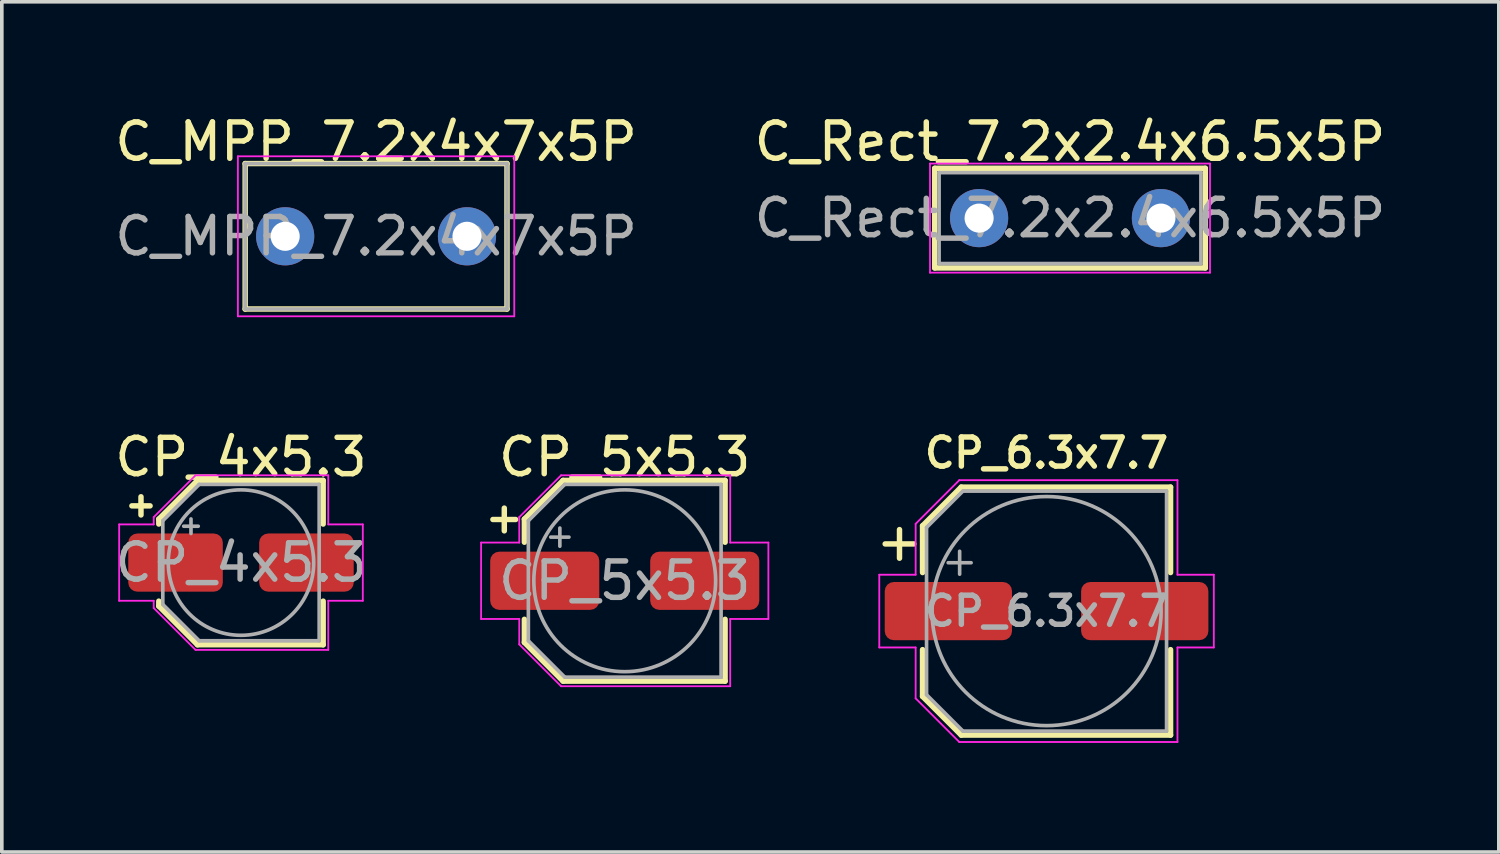
<source format=kicad_pcb>
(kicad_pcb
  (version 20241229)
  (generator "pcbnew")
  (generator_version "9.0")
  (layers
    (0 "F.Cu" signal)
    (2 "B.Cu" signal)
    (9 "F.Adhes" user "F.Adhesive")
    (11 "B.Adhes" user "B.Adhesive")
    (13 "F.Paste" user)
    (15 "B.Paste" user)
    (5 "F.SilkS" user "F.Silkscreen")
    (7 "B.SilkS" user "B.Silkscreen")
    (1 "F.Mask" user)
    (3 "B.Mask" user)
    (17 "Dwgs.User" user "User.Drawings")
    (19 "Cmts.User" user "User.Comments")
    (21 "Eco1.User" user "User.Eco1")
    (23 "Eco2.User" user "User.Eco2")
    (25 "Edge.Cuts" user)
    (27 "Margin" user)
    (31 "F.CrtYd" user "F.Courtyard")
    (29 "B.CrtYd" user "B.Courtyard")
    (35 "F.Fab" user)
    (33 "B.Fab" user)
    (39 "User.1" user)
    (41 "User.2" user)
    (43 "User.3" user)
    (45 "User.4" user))
  (footprint "CP_5x5.3"
    (layer "F.Cu")
    (at 14.13 12.921)
    (property "Reference" "CP_5x5.3" (at 0 -3.4 0) (layer "F.SilkS") (effects (font (size 1 1) (thickness 0.15))))
    (attr smd)
    (fp_line (start -3.625 -1.685) (end -3 -1.685) (stroke (width 0.15) (type solid)) (layer "F.SilkS"))
    (fp_line (start -3.312 -1.998) (end -3.312 -1.373) (stroke (width 0.15) (type solid)) (layer "F.SilkS"))
    (fp_line (start -2.76 -1.696) (end -2.76 -1.06) (stroke (width 0.15) (type solid)) (layer "F.SilkS"))
    (fp_line (start -2.76 -1.696) (end -1.696 -2.76) (stroke (width 0.15) (type solid)) (layer "F.SilkS"))
    (fp_line (start -2.76 1.696) (end -2.76 1.06) (stroke (width 0.15) (type solid)) (layer "F.SilkS"))
    (fp_line (start -2.76 1.696) (end -1.696 2.76) (stroke (width 0.15) (type solid)) (layer "F.SilkS"))
    (fp_line (start -1.696 -2.76) (end 2.76 -2.76) (stroke (width 0.15) (type solid)) (layer "F.SilkS"))
    (fp_line (start -1.696 2.76) (end 2.76 2.76) (stroke (width 0.15) (type solid)) (layer "F.SilkS"))
    (fp_line (start 2.76 -2.76) (end 2.76 -1.06) (stroke (width 0.15) (type solid)) (layer "F.SilkS"))
    (fp_line (start 2.76 2.76) (end 2.76 1.06) (stroke (width 0.15) (type solid)) (layer "F.SilkS"))
    (fp_line (start -3.95 -1.05) (end -3.95 1.05) (stroke (width 0.05) (type solid)) (layer "F.CrtYd"))
    (fp_line (start -3.95 1.05) (end -2.9 1.05) (stroke (width 0.05) (type solid)) (layer "F.CrtYd"))
    (fp_line (start -2.9 -1.75) (end -2.9 -1.05) (stroke (width 0.05) (type solid)) (layer "F.CrtYd"))
    (fp_line (start -2.9 -1.75) (end -1.75 -2.9) (stroke (width 0.05) (type solid)) (layer "F.CrtYd"))
    (fp_line (start -2.9 -1.05) (end -3.95 -1.05) (stroke (width 0.05) (type solid)) (layer "F.CrtYd"))
    (fp_line (start -2.9 1.05) (end -2.9 1.75) (stroke (width 0.05) (type solid)) (layer "F.CrtYd"))
    (fp_line (start -2.9 1.75) (end -1.75 2.9) (stroke (width 0.05) (type solid)) (layer "F.CrtYd"))
    (fp_line (start -1.75 -2.9) (end 2.9 -2.9) (stroke (width 0.05) (type solid)) (layer "F.CrtYd"))
    (fp_line (start -1.75 2.9) (end 2.9 2.9) (stroke (width 0.05) (type solid)) (layer "F.CrtYd"))
    (fp_line (start 2.9 -2.9) (end 2.9 -1.05) (stroke (width 0.05) (type solid)) (layer "F.CrtYd"))
    (fp_line (start 2.9 -1.05) (end 3.95 -1.05) (stroke (width 0.05) (type solid)) (layer "F.CrtYd"))
    (fp_line (start 2.9 1.05) (end 2.9 2.9) (stroke (width 0.05) (type solid)) (layer "F.CrtYd"))
    (fp_line (start 3.95 -1.05) (end 3.95 1.05) (stroke (width 0.05) (type solid)) (layer "F.CrtYd"))
    (fp_line (start 3.95 1.05) (end 2.9 1.05) (stroke (width 0.05) (type solid)) (layer "F.CrtYd"))
    (fp_line (start -2.65 -1.65) (end -2.65 1.65) (stroke (width 0.1) (type solid)) (layer "F.Fab"))
    (fp_line (start -2.65 -1.65) (end -1.65 -2.65) (stroke (width 0.1) (type solid)) (layer "F.Fab"))
    (fp_line (start -2.65 1.65) (end -1.65 2.65) (stroke (width 0.1) (type solid)) (layer "F.Fab"))
    (fp_line (start -2.034 -1.2) (end -1.534 -1.2) (stroke (width 0.1) (type solid)) (layer "F.Fab"))
    (fp_line (start -1.784 -1.45) (end -1.784 -0.95) (stroke (width 0.1) (type solid)) (layer "F.Fab"))
    (fp_line (start -1.65 -2.65) (end 2.65 -2.65) (stroke (width 0.1) (type solid)) (layer "F.Fab"))
    (fp_line (start -1.65 2.65) (end 2.65 2.65) (stroke (width 0.1) (type solid)) (layer "F.Fab"))
    (fp_line (start 2.65 -2.65) (end 2.65 2.65) (stroke (width 0.1) (type solid)) (layer "F.Fab"))
    (fp_circle (center 0 0) (end 2.5 0) (stroke (width 0.1) (type solid)) (fill no) (layer "F.Fab"))
    (fp_text user "${REFERENCE}" (at 0 0 0) (layer "F.Fab") (effects (font (size 1 1) (thickness 0.15))))
    (pad "1" smd roundrect (at -2.2 0) (size 3 1.6) (layers "F.Cu" "F.Mask" "F.Paste") (roundrect_rratio 0.156))
    (pad "2" smd roundrect (at 2.2 0) (size 3 1.6) (layers "F.Cu" "F.Mask" "F.Paste") (roundrect_rratio 0.156)))
  (footprint "CP_6.3x7.7"
    (layer "F.Cu")
    (at 25.73 13.755)
    (property "Reference" "CP_6.3x7.7" (at 0 -4.35 0) (layer "F.SilkS") (effects (font (size 0.8 0.8) (thickness 0.15))))
    (attr smd)
    (fp_line (start -4.438 -1.847) (end -3.65 -1.847) (stroke (width 0.15) (type solid)) (layer "F.SilkS"))
    (fp_line (start -4.044 -2.241) (end -4.044 -1.454) (stroke (width 0.15) (type solid)) (layer "F.SilkS"))
    (fp_line (start -3.41 -2.346) (end -3.41 -1.06) (stroke (width 0.15) (type solid)) (layer "F.SilkS"))
    (fp_line (start -3.41 -2.346) (end -2.346 -3.41) (stroke (width 0.15) (type solid)) (layer "F.SilkS"))
    (fp_line (start -3.41 2.346) (end -3.41 1.06) (stroke (width 0.15) (type solid)) (layer "F.SilkS"))
    (fp_line (start -3.41 2.346) (end -2.346 3.41) (stroke (width 0.15) (type solid)) (layer "F.SilkS"))
    (fp_line (start -2.346 -3.41) (end 3.41 -3.41) (stroke (width 0.15) (type solid)) (layer "F.SilkS"))
    (fp_line (start -2.346 3.41) (end 3.41 3.41) (stroke (width 0.15) (type solid)) (layer "F.SilkS"))
    (fp_line (start 3.41 -3.41) (end 3.41 -1.06) (stroke (width 0.15) (type solid)) (layer "F.SilkS"))
    (fp_line (start 3.41 3.41) (end 3.41 1.06) (stroke (width 0.15) (type solid)) (layer "F.SilkS"))
    (fp_line (start -4.6 1) (end -4.6 -1) (stroke (width 0.05) (type solid)) (layer "F.CrtYd"))
    (fp_line (start -4.6 1) (end -3.6 1) (stroke (width 0.05) (type solid)) (layer "F.CrtYd"))
    (fp_line (start -3.6 -2.4) (end -3.6 -1) (stroke (width 0.05) (type solid)) (layer "F.CrtYd"))
    (fp_line (start -3.6 -1) (end -4.6 -1) (stroke (width 0.05) (type solid)) (layer "F.CrtYd"))
    (fp_line (start -3.6 1) (end -3.6 2.4) (stroke (width 0.05) (type solid)) (layer "F.CrtYd"))
    (fp_line (start -3.6 2.4) (end -2.4 3.6) (stroke (width 0.05) (type solid)) (layer "F.CrtYd"))
    (fp_line (start -2.4 -3.6) (end -3.6 -2.4) (stroke (width 0.05) (type solid)) (layer "F.CrtYd"))
    (fp_line (start -2.4 3.6) (end 3.6 3.6) (stroke (width 0.05) (type solid)) (layer "F.CrtYd"))
    (fp_line (start 3.6 -3.6) (end -2.4 -3.6) (stroke (width 0.05) (type solid)) (layer "F.CrtYd"))
    (fp_line (start 3.6 -1) (end 3.6 -3.6) (stroke (width 0.05) (type solid)) (layer "F.CrtYd"))
    (fp_line (start 3.6 1) (end 4.6 1) (stroke (width 0.05) (type solid)) (layer "F.CrtYd"))
    (fp_line (start 3.6 3.6) (end 3.6 1) (stroke (width 0.05) (type solid)) (layer "F.CrtYd"))
    (fp_line (start 4.6 -1) (end 3.6 -1) (stroke (width 0.05) (type solid)) (layer "F.CrtYd"))
    (fp_line (start 4.6 1) (end 4.6 -1) (stroke (width 0.05) (type solid)) (layer "F.CrtYd"))
    (fp_line (start -3.3 -2.3) (end -3.3 2.3) (stroke (width 0.1) (type solid)) (layer "F.Fab"))
    (fp_line (start -3.3 -2.3) (end -2.3 -3.3) (stroke (width 0.1) (type solid)) (layer "F.Fab"))
    (fp_line (start -3.3 2.3) (end -2.3 3.3) (stroke (width 0.1) (type solid)) (layer "F.Fab"))
    (fp_line (start -2.705 -1.33) (end -2.075 -1.33) (stroke (width 0.1) (type solid)) (layer "F.Fab"))
    (fp_line (start -2.39 -1.645) (end -2.39 -1.015) (stroke (width 0.1) (type solid)) (layer "F.Fab"))
    (fp_line (start -2.3 -3.3) (end 3.3 -3.3) (stroke (width 0.1) (type solid)) (layer "F.Fab"))
    (fp_line (start -2.3 3.3) (end 3.3 3.3) (stroke (width 0.1) (type solid)) (layer "F.Fab"))
    (fp_line (start 3.3 -3.3) (end 3.3 3.3) (stroke (width 0.1) (type solid)) (layer "F.Fab"))
    (fp_circle (center 0 0) (end 3.15 0) (stroke (width 0.1) (type solid)) (fill no) (layer "F.Fab"))
    (fp_text user "${REFERENCE}" (at 0 0 0) (layer "F.Fab") (effects (font (size 0.8 0.8) (thickness 0.15))))
    (pad "1" smd roundrect (at -2.7 0) (size 3.5 1.6) (layers "F.Cu" "F.Mask" "F.Paste") (roundrect_rratio 0.156))
    (pad "2" smd roundrect (at 2.7 0) (size 3.5 1.6) (layers "F.Cu" "F.Mask" "F.Paste") (roundrect_rratio 0.156)))
  (footprint "C_MPP_7.2x4x7x5P"
    (layer "F.Cu")
    (at 4.792 3.448)
    (property "Reference" "C_MPP_7.2x4x7x5P" (at 2.5 -2.6 0) (layer "F.SilkS") (effects (font (size 1 1) (thickness 0.15))))
    (attr through_hole)
    (fp_line (start -1.1 -2) (end -1.1 2) (stroke (width 0.15) (type solid)) (layer "F.SilkS"))
    (fp_line (start -1.1 -2) (end 6.1 -2) (stroke (width 0.15) (type solid)) (layer "F.SilkS"))
    (fp_line (start 6.1 -2) (end 6.1 2) (stroke (width 0.15) (type solid)) (layer "F.SilkS"))
    (fp_line (start 6.1 2) (end -1.1 2) (stroke (width 0.15) (type solid)) (layer "F.SilkS"))
    (fp_line (start -1.3 -2.2) (end 6.3 -2.2) (stroke (width 0.05) (type solid)) (layer "F.CrtYd"))
    (fp_line (start -1.3 2.2) (end -1.3 -2.2) (stroke (width 0.05) (type solid)) (layer "F.CrtYd"))
    (fp_line (start 6.3 -2.2) (end 6.3 2.2) (stroke (width 0.05) (type solid)) (layer "F.CrtYd"))
    (fp_line (start 6.3 2.2) (end -1.3 2.2) (stroke (width 0.05) (type solid)) (layer "F.CrtYd"))
    (fp_line (start -1.1 -2) (end -1.1 2) (stroke (width 0.1) (type solid)) (layer "F.Fab"))
    (fp_line (start -1.1 2) (end 6.1 2) (stroke (width 0.1) (type solid)) (layer "F.Fab"))
    (fp_line (start 6.1 -2) (end -1.1 -2) (stroke (width 0.1) (type solid)) (layer "F.Fab"))
    (fp_line (start 6.1 2) (end 6.1 -2) (stroke (width 0.1) (type solid)) (layer "F.Fab"))
    (fp_text user "${REFERENCE}" (at 2.5 0 0) (layer "F.Fab") (effects (font (size 1 1) (thickness 0.15))))
    (pad "1" thru_hole circle (at 0 0) (size 1.6 1.6) (drill 0.8) (layers "*.Cu" "*.Mask"))
    (pad "2" thru_hole circle (at 5 0) (size 1.6 1.6) (drill 0.8) (layers "*.Cu" "*.Mask")))
  (footprint "C_Rect_7.2x2.4x6.5x5P"
    (layer "F.Cu")
    (at 23.875 2.948)
    (property "Reference" "C_Rect_7.2x2.4x6.5x5P" (at 2.5 -2.1 0) (layer "F.SilkS") (effects (font (size 1 1) (thickness 0.15))))
    (attr through_hole)
    (fp_line (start -1.22 -1.37) (end -1.22 1.37) (stroke (width 0.15) (type solid)) (layer "F.SilkS"))
    (fp_line (start -1.22 -1.37) (end 6.22 -1.37) (stroke (width 0.15) (type solid)) (layer "F.SilkS"))
    (fp_line (start -1.22 1.37) (end 6.22 1.37) (stroke (width 0.15) (type solid)) (layer "F.SilkS"))
    (fp_line (start 6.22 -1.37) (end 6.22 1.37) (stroke (width 0.15) (type solid)) (layer "F.SilkS"))
    (fp_line (start -1.35 -1.5) (end -1.35 1.5) (stroke (width 0.05) (type solid)) (layer "F.CrtYd"))
    (fp_line (start -1.35 1.5) (end 6.35 1.5) (stroke (width 0.05) (type solid)) (layer "F.CrtYd"))
    (fp_line (start 6.35 -1.5) (end -1.35 -1.5) (stroke (width 0.05) (type solid)) (layer "F.CrtYd"))
    (fp_line (start 6.35 1.5) (end 6.35 -1.5) (stroke (width 0.05) (type solid)) (layer "F.CrtYd"))
    (fp_line (start -1.1 -1.25) (end -1.1 1.25) (stroke (width 0.1) (type solid)) (layer "F.Fab"))
    (fp_line (start -1.1 1.25) (end 6.1 1.25) (stroke (width 0.1) (type solid)) (layer "F.Fab"))
    (fp_line (start 6.1 -1.25) (end -1.1 -1.25) (stroke (width 0.1) (type solid)) (layer "F.Fab"))
    (fp_line (start 6.1 1.25) (end 6.1 -1.25) (stroke (width 0.1) (type solid)) (layer "F.Fab"))
    (fp_text user "${REFERENCE}" (at 2.5 0 0) (layer "F.Fab") (effects (font (size 1 1) (thickness 0.15))))
    (pad "1" thru_hole circle (at 0 0) (size 1.6 1.6) (drill 0.8) (layers "*.Cu" "*.Mask"))
    (pad "2" thru_hole circle (at 5 0) (size 1.6 1.6) (drill 0.8) (layers "*.Cu" "*.Mask")))
  (footprint "CP_4x5.3"
    (layer "F.Cu")
    (at 3.577 12.421)
    (property "Reference" "CP_4x5.3" (at 0 -2.9 0) (layer "F.SilkS") (effects (font (size 1 1) (thickness 0.15))))
    (attr smd)
    (fp_line (start -3 -1.56) (end -2.5 -1.56) (stroke (width 0.15) (type solid)) (layer "F.SilkS"))
    (fp_line (start -2.75 -1.81) (end -2.75 -1.31) (stroke (width 0.15) (type solid)) (layer "F.SilkS"))
    (fp_line (start -2.26 -1.196) (end -2.26 -1.06) (stroke (width 0.15) (type solid)) (layer "F.SilkS"))
    (fp_line (start -2.26 -1.196) (end -1.196 -2.26) (stroke (width 0.15) (type solid)) (layer "F.SilkS"))
    (fp_line (start -2.26 1.196) (end -2.26 1.06) (stroke (width 0.15) (type solid)) (layer "F.SilkS"))
    (fp_line (start -2.26 1.196) (end -1.196 2.26) (stroke (width 0.15) (type solid)) (layer "F.SilkS"))
    (fp_line (start -1.196 -2.26) (end 2.26 -2.26) (stroke (width 0.15) (type solid)) (layer "F.SilkS"))
    (fp_line (start -1.196 2.26) (end 2.26 2.26) (stroke (width 0.15) (type solid)) (layer "F.SilkS"))
    (fp_line (start 2.26 -2.26) (end 2.26 -1.06) (stroke (width 0.15) (type solid)) (layer "F.SilkS"))
    (fp_line (start 2.26 2.26) (end 2.26 1.06) (stroke (width 0.15) (type solid)) (layer "F.SilkS"))
    (fp_line (start -3.35 -1.05) (end -3.35 1.05) (stroke (width 0.05) (type solid)) (layer "F.CrtYd"))
    (fp_line (start -3.35 1.05) (end -2.4 1.05) (stroke (width 0.05) (type solid)) (layer "F.CrtYd"))
    (fp_line (start -2.4 -1.25) (end -2.4 -1.05) (stroke (width 0.05) (type solid)) (layer "F.CrtYd"))
    (fp_line (start -2.4 -1.25) (end -1.25 -2.4) (stroke (width 0.05) (type solid)) (layer "F.CrtYd"))
    (fp_line (start -2.4 -1.05) (end -3.35 -1.05) (stroke (width 0.05) (type solid)) (layer "F.CrtYd"))
    (fp_line (start -2.4 1.05) (end -2.4 1.25) (stroke (width 0.05) (type solid)) (layer "F.CrtYd"))
    (fp_line (start -2.4 1.25) (end -1.25 2.4) (stroke (width 0.05) (type solid)) (layer "F.CrtYd"))
    (fp_line (start -1.25 -2.4) (end 2.4 -2.4) (stroke (width 0.05) (type solid)) (layer "F.CrtYd"))
    (fp_line (start -1.25 2.4) (end 2.4 2.4) (stroke (width 0.05) (type solid)) (layer "F.CrtYd"))
    (fp_line (start 2.4 -2.4) (end 2.4 -1.05) (stroke (width 0.05) (type solid)) (layer "F.CrtYd"))
    (fp_line (start 2.4 -1.05) (end 3.35 -1.05) (stroke (width 0.05) (type solid)) (layer "F.CrtYd"))
    (fp_line (start 2.4 1.05) (end 2.4 2.4) (stroke (width 0.05) (type solid)) (layer "F.CrtYd"))
    (fp_line (start 3.35 -1.05) (end 3.35 1.05) (stroke (width 0.05) (type solid)) (layer "F.CrtYd"))
    (fp_line (start 3.35 1.05) (end 2.4 1.05) (stroke (width 0.05) (type solid)) (layer "F.CrtYd"))
    (fp_line (start -2.15 -1.15) (end -2.15 1.15) (stroke (width 0.1) (type solid)) (layer "F.Fab"))
    (fp_line (start -2.15 -1.15) (end -1.15 -2.15) (stroke (width 0.1) (type solid)) (layer "F.Fab"))
    (fp_line (start -2.15 1.15) (end -1.15 2.15) (stroke (width 0.1) (type solid)) (layer "F.Fab"))
    (fp_line (start -1.575 -1) (end -1.175 -1) (stroke (width 0.1) (type solid)) (layer "F.Fab"))
    (fp_line (start -1.375 -1.2) (end -1.375 -0.8) (stroke (width 0.1) (type solid)) (layer "F.Fab"))
    (fp_line (start -1.15 -2.15) (end 2.15 -2.15) (stroke (width 0.1) (type solid)) (layer "F.Fab"))
    (fp_line (start -1.15 2.15) (end 2.15 2.15) (stroke (width 0.1) (type solid)) (layer "F.Fab"))
    (fp_line (start 2.15 -2.15) (end 2.15 2.15) (stroke (width 0.1) (type solid)) (layer "F.Fab"))
    (fp_circle (center 0 0) (end 2 0) (stroke (width 0.1) (type solid)) (fill no) (layer "F.Fab"))
    (fp_text user "${REFERENCE}" (at 0 0 0) (layer "F.Fab") (effects (font (size 1 1) (thickness 0.15))))
    (pad "1" smd roundrect (at -1.8 0) (size 2.6 1.6) (layers "F.Cu" "F.Mask" "F.Paste") (roundrect_rratio 0.156))
    (pad "2" smd roundrect (at 1.8 0) (size 2.6 1.6) (layers "F.Cu" "F.Mask" "F.Paste") (roundrect_rratio 0.156)))
  (gr_rect
    (start -3 -3)
    (end 38.167 20.38)
    (stroke (width 0.1) (type default))
    (fill no)
    (layer "Edge.Cuts")))
</source>
